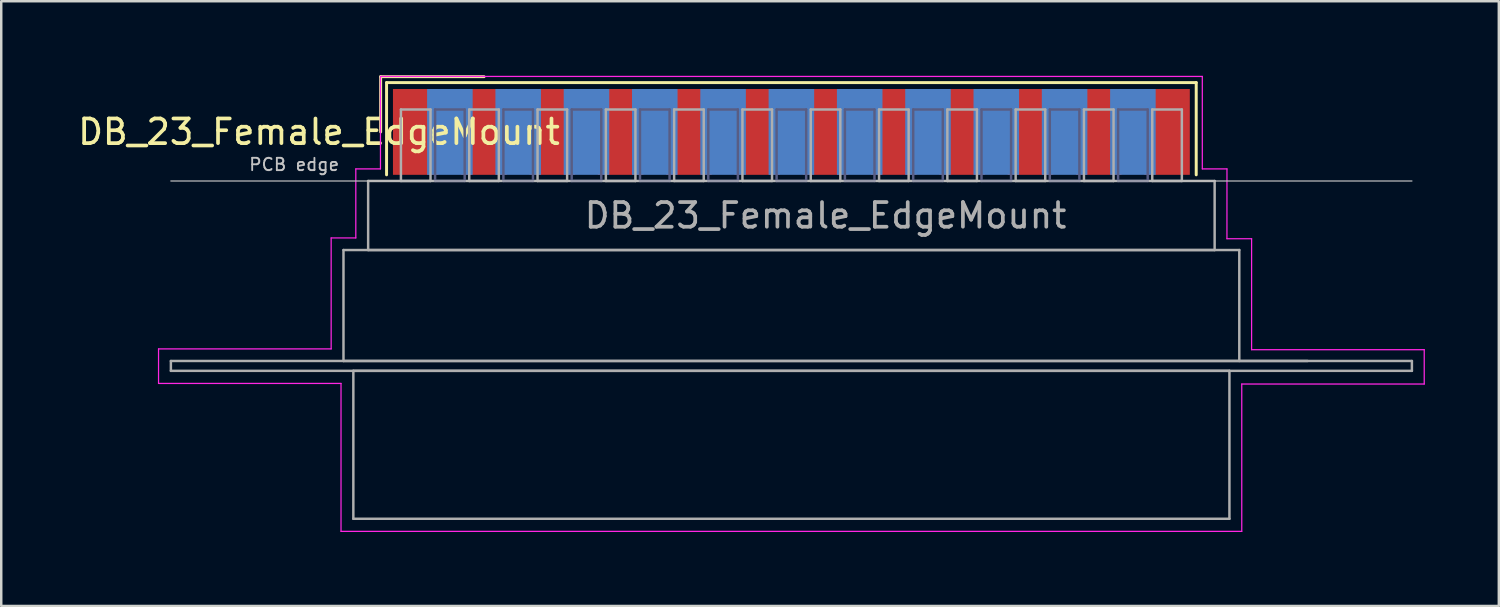
<source format=kicad_pcb>
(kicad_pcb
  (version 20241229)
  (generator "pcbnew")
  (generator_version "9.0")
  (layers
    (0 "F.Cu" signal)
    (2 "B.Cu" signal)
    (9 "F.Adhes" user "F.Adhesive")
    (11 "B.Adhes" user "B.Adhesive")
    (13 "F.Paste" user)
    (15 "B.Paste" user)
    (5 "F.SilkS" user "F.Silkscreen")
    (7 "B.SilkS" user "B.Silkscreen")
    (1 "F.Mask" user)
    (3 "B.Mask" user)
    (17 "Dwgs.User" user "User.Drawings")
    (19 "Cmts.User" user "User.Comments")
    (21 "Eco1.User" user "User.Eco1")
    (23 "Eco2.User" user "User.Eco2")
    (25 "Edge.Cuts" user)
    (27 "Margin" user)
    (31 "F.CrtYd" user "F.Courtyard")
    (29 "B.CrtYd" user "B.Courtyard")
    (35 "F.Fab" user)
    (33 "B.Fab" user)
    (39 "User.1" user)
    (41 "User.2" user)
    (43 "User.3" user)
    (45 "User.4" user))
  (footprint "DB_23_Female_EdgeMount"
    (layer "F.Cu")
    (at 29.045 2.3)
    (property "Reference" "DB_23_Female_EdgeMount" (at -19.158 0 0) (layer "F.SilkS") (effects (font (size 1 1) (thickness 0.15))))
    (attr smd)
    (fp_line (start -16.658 -2.24) (end -12.465 -2.24) (stroke (width 0.12) (type solid)) (layer "F.SilkS"))
    (fp_line (start -16.658 0) (end -16.658 -2.24) (stroke (width 0.12) (type solid)) (layer "F.SilkS"))
    (fp_line (start -16.418 -2) (end -16.418 1.74) (stroke (width 0.12) (type solid)) (layer "F.SilkS"))
    (fp_line (start 16.418 -2) (end -16.418 -2) (stroke (width 0.12) (type solid)) (layer "F.SilkS"))
    (fp_line (start 16.418 1.74) (end 16.418 -2) (stroke (width 0.12) (type solid)) (layer "F.SilkS"))
    (fp_line (start -25.165 1.99) (end 25.165 1.99) (stroke (width 0.05) (type solid)) (layer "Dwgs.User"))
    (fp_line (start -25.665 8.8) (end -18.665 8.8) (stroke (width 0.05) (type solid)) (layer "F.CrtYd"))
    (fp_line (start -25.665 10.2) (end -25.665 8.8) (stroke (width 0.05) (type solid)) (layer "F.CrtYd"))
    (fp_line (start -18.665 4.3) (end -17.665 4.3) (stroke (width 0.05) (type solid)) (layer "F.CrtYd"))
    (fp_line (start -18.665 8.8) (end -18.665 4.3) (stroke (width 0.05) (type solid)) (layer "F.CrtYd"))
    (fp_line (start -18.265 10.2) (end -25.665 10.2) (stroke (width 0.05) (type solid)) (layer "F.CrtYd"))
    (fp_line (start -18.265 16.2) (end -18.265 10.2) (stroke (width 0.05) (type solid)) (layer "F.CrtYd"))
    (fp_line (start -17.665 1.5) (end -16.665 1.5) (stroke (width 0.05) (type solid)) (layer "F.CrtYd"))
    (fp_line (start -17.665 4.3) (end -17.665 1.5) (stroke (width 0.05) (type solid)) (layer "F.CrtYd"))
    (fp_line (start -16.665 -2.25) (end 16.665 -2.25) (stroke (width 0.05) (type solid)) (layer "F.CrtYd"))
    (fp_line (start -16.665 1.5) (end -16.665 -2.25) (stroke (width 0.05) (type solid)) (layer "F.CrtYd"))
    (fp_line (start 16.665 -2.25) (end 16.665 1.5) (stroke (width 0.05) (type solid)) (layer "F.CrtYd"))
    (fp_line (start 16.665 1.5) (end 17.665 1.5) (stroke (width 0.05) (type solid)) (layer "F.CrtYd"))
    (fp_line (start 17.664 4.332) (end 18.664 4.332) (stroke (width 0.05) (type solid)) (layer "F.CrtYd"))
    (fp_line (start 17.665 1.5) (end 17.664 4.332) (stroke (width 0.05) (type solid)) (layer "F.CrtYd"))
    (fp_line (start 18.265 10.225) (end 18.265 16.2) (stroke (width 0.05) (type solid)) (layer "F.CrtYd"))
    (fp_line (start 18.265 16.2) (end -18.265 16.2) (stroke (width 0.05) (type solid)) (layer "F.CrtYd"))
    (fp_line (start 18.664 4.332) (end 18.664 8.832) (stroke (width 0.05) (type solid)) (layer "F.CrtYd"))
    (fp_line (start 18.664 8.832) (end 25.664 8.832) (stroke (width 0.05) (type solid)) (layer "F.CrtYd"))
    (fp_line (start 25.665 8.832) (end 25.665 10.225) (stroke (width 0.05) (type solid)) (layer "F.CrtYd"))
    (fp_line (start 25.665 10.225) (end 18.265 10.225) (stroke (width 0.05) (type solid)) (layer "F.CrtYd"))
    (fp_line (start -14.45 -0.91) (end -14.45 1.99) (stroke (width 0.1) (type solid)) (layer "B.Fab"))
    (fp_line (start -14.45 1.99) (end -13.25 1.99) (stroke (width 0.1) (type solid)) (layer "B.Fab"))
    (fp_line (start -13.25 -0.91) (end -14.45 -0.91) (stroke (width 0.1) (type solid)) (layer "B.Fab"))
    (fp_line (start -13.25 1.99) (end -13.25 -0.91) (stroke (width 0.1) (type solid)) (layer "B.Fab"))
    (fp_line (start -11.68 -0.91) (end -11.68 1.99) (stroke (width 0.1) (type solid)) (layer "B.Fab"))
    (fp_line (start -11.68 1.99) (end -10.48 1.99) (stroke (width 0.1) (type solid)) (layer "B.Fab"))
    (fp_line (start -10.48 -0.91) (end -11.68 -0.91) (stroke (width 0.1) (type solid)) (layer "B.Fab"))
    (fp_line (start -10.48 1.99) (end -10.48 -0.91) (stroke (width 0.1) (type solid)) (layer "B.Fab"))
    (fp_line (start -8.91 -0.91) (end -8.91 1.99) (stroke (width 0.1) (type solid)) (layer "B.Fab"))
    (fp_line (start -8.91 1.99) (end -7.71 1.99) (stroke (width 0.1) (type solid)) (layer "B.Fab"))
    (fp_line (start -7.71 -0.91) (end -8.91 -0.91) (stroke (width 0.1) (type solid)) (layer "B.Fab"))
    (fp_line (start -7.71 1.99) (end -7.71 -0.91) (stroke (width 0.1) (type solid)) (layer "B.Fab"))
    (fp_line (start -6.14 -0.91) (end -6.14 1.99) (stroke (width 0.1) (type solid)) (layer "B.Fab"))
    (fp_line (start -6.14 1.99) (end -4.94 1.99) (stroke (width 0.1) (type solid)) (layer "B.Fab"))
    (fp_line (start -4.94 -0.91) (end -6.14 -0.91) (stroke (width 0.1) (type solid)) (layer "B.Fab"))
    (fp_line (start -4.94 1.99) (end -4.94 -0.91) (stroke (width 0.1) (type solid)) (layer "B.Fab"))
    (fp_line (start -3.37 -0.91) (end -3.37 1.99) (stroke (width 0.1) (type solid)) (layer "B.Fab"))
    (fp_line (start -3.37 1.99) (end -2.17 1.99) (stroke (width 0.1) (type solid)) (layer "B.Fab"))
    (fp_line (start -2.17 -0.91) (end -3.37 -0.91) (stroke (width 0.1) (type solid)) (layer "B.Fab"))
    (fp_line (start -2.17 1.99) (end -2.17 -0.91) (stroke (width 0.1) (type solid)) (layer "B.Fab"))
    (fp_line (start -0.6 -0.91) (end -0.6 1.99) (stroke (width 0.1) (type solid)) (layer "B.Fab"))
    (fp_line (start -0.6 1.99) (end 0.6 1.99) (stroke (width 0.1) (type solid)) (layer "B.Fab"))
    (fp_line (start 0.6 -0.91) (end -0.6 -0.91) (stroke (width 0.1) (type solid)) (layer "B.Fab"))
    (fp_line (start 0.6 1.99) (end 0.6 -0.91) (stroke (width 0.1) (type solid)) (layer "B.Fab"))
    (fp_line (start 2.17 -0.91) (end 2.17 1.99) (stroke (width 0.1) (type solid)) (layer "B.Fab"))
    (fp_line (start 2.17 1.99) (end 3.37 1.99) (stroke (width 0.1) (type solid)) (layer "B.Fab"))
    (fp_line (start 3.37 -0.91) (end 2.17 -0.91) (stroke (width 0.1) (type solid)) (layer "B.Fab"))
    (fp_line (start 3.37 1.99) (end 3.37 -0.91) (stroke (width 0.1) (type solid)) (layer "B.Fab"))
    (fp_line (start 4.94 -0.91) (end 4.94 1.99) (stroke (width 0.1) (type solid)) (layer "B.Fab"))
    (fp_line (start 4.94 1.99) (end 6.14 1.99) (stroke (width 0.1) (type solid)) (layer "B.Fab"))
    (fp_line (start 6.14 -0.91) (end 4.94 -0.91) (stroke (width 0.1) (type solid)) (layer "B.Fab"))
    (fp_line (start 6.14 1.99) (end 6.14 -0.91) (stroke (width 0.1) (type solid)) (layer "B.Fab"))
    (fp_line (start 7.71 -0.91) (end 7.71 1.99) (stroke (width 0.1) (type solid)) (layer "B.Fab"))
    (fp_line (start 7.71 1.99) (end 8.91 1.99) (stroke (width 0.1) (type solid)) (layer "B.Fab"))
    (fp_line (start 8.91 -0.91) (end 7.71 -0.91) (stroke (width 0.1) (type solid)) (layer "B.Fab"))
    (fp_line (start 8.91 1.99) (end 8.91 -0.91) (stroke (width 0.1) (type solid)) (layer "B.Fab"))
    (fp_line (start 10.48 -0.91) (end 10.48 1.99) (stroke (width 0.1) (type solid)) (layer "B.Fab"))
    (fp_line (start 10.48 1.99) (end 11.68 1.99) (stroke (width 0.1) (type solid)) (layer "B.Fab"))
    (fp_line (start 11.68 -0.91) (end 10.48 -0.91) (stroke (width 0.1) (type solid)) (layer "B.Fab"))
    (fp_line (start 11.68 1.99) (end 11.68 -0.91) (stroke (width 0.1) (type solid)) (layer "B.Fab"))
    (fp_line (start 13.25 -0.91) (end 13.25 1.99) (stroke (width 0.1) (type solid)) (layer "B.Fab"))
    (fp_line (start 13.25 1.99) (end 14.45 1.99) (stroke (width 0.1) (type solid)) (layer "B.Fab"))
    (fp_line (start 14.45 -0.91) (end 13.25 -0.91) (stroke (width 0.1) (type solid)) (layer "B.Fab"))
    (fp_line (start 14.45 1.99) (end 14.45 -0.91) (stroke (width 0.1) (type solid)) (layer "B.Fab"))
    (fp_line (start -25.165 9.29) (end -25.165 9.69) (stroke (width 0.1) (type solid)) (layer "F.Fab"))
    (fp_line (start -25.165 9.69) (end 25.165 9.69) (stroke (width 0.1) (type solid)) (layer "F.Fab"))
    (fp_line (start -18.165 4.79) (end -18.165 9.29) (stroke (width 0.1) (type solid)) (layer "F.Fab"))
    (fp_line (start -18.165 9.29) (end 20.935 9.29) (stroke (width 0.1) (type solid)) (layer "F.Fab"))
    (fp_line (start -17.765 9.69) (end -17.765 15.69) (stroke (width 0.1) (type solid)) (layer "F.Fab"))
    (fp_line (start -17.765 15.69) (end 17.765 15.69) (stroke (width 0.1) (type solid)) (layer "F.Fab"))
    (fp_line (start -17.165 1.99) (end -17.165 4.79) (stroke (width 0.1) (type solid)) (layer "F.Fab"))
    (fp_line (start -17.165 4.79) (end 17.165 4.79) (stroke (width 0.1) (type solid)) (layer "F.Fab"))
    (fp_line (start -15.835 -0.91) (end -15.835 1.99) (stroke (width 0.1) (type solid)) (layer "F.Fab"))
    (fp_line (start -15.835 1.99) (end -14.635 1.99) (stroke (width 0.1) (type solid)) (layer "F.Fab"))
    (fp_line (start -14.635 -0.91) (end -15.835 -0.91) (stroke (width 0.1) (type solid)) (layer "F.Fab"))
    (fp_line (start -14.635 1.99) (end -14.635 -0.91) (stroke (width 0.1) (type solid)) (layer "F.Fab"))
    (fp_line (start -13.065 -0.91) (end -13.065 1.99) (stroke (width 0.1) (type solid)) (layer "F.Fab"))
    (fp_line (start -13.065 1.99) (end -11.865 1.99) (stroke (width 0.1) (type solid)) (layer "F.Fab"))
    (fp_line (start -11.865 -0.91) (end -13.065 -0.91) (stroke (width 0.1) (type solid)) (layer "F.Fab"))
    (fp_line (start -11.865 1.99) (end -11.865 -0.91) (stroke (width 0.1) (type solid)) (layer "F.Fab"))
    (fp_line (start -10.295 -0.91) (end -10.295 1.99) (stroke (width 0.1) (type solid)) (layer "F.Fab"))
    (fp_line (start -10.295 1.99) (end -9.095 1.99) (stroke (width 0.1) (type solid)) (layer "F.Fab"))
    (fp_line (start -9.095 -0.91) (end -10.295 -0.91) (stroke (width 0.1) (type solid)) (layer "F.Fab"))
    (fp_line (start -9.095 1.99) (end -9.095 -0.91) (stroke (width 0.1) (type solid)) (layer "F.Fab"))
    (fp_line (start -7.525 -0.91) (end -7.525 1.99) (stroke (width 0.1) (type solid)) (layer "F.Fab"))
    (fp_line (start -7.525 1.99) (end -6.325 1.99) (stroke (width 0.1) (type solid)) (layer "F.Fab"))
    (fp_line (start -6.325 -0.91) (end -7.525 -0.91) (stroke (width 0.1) (type solid)) (layer "F.Fab"))
    (fp_line (start -6.325 1.99) (end -6.325 -0.91) (stroke (width 0.1) (type solid)) (layer "F.Fab"))
    (fp_line (start -4.755 -0.91) (end -4.755 1.99) (stroke (width 0.1) (type solid)) (layer "F.Fab"))
    (fp_line (start -4.755 1.99) (end -3.555 1.99) (stroke (width 0.1) (type solid)) (layer "F.Fab"))
    (fp_line (start -3.555 -0.91) (end -4.755 -0.91) (stroke (width 0.1) (type solid)) (layer "F.Fab"))
    (fp_line (start -3.555 1.99) (end -3.555 -0.91) (stroke (width 0.1) (type solid)) (layer "F.Fab"))
    (fp_line (start -1.985 -0.91) (end -1.985 1.99) (stroke (width 0.1) (type solid)) (layer "F.Fab"))
    (fp_line (start -1.985 1.99) (end -0.785 1.99) (stroke (width 0.1) (type solid)) (layer "F.Fab"))
    (fp_line (start -0.785 -0.91) (end -1.985 -0.91) (stroke (width 0.1) (type solid)) (layer "F.Fab"))
    (fp_line (start -0.785 1.99) (end -0.785 -0.91) (stroke (width 0.1) (type solid)) (layer "F.Fab"))
    (fp_line (start 0.785 -0.91) (end 0.785 1.99) (stroke (width 0.1) (type solid)) (layer "F.Fab"))
    (fp_line (start 0.785 1.99) (end 1.985 1.99) (stroke (width 0.1) (type solid)) (layer "F.Fab"))
    (fp_line (start 1.985 -0.91) (end 0.785 -0.91) (stroke (width 0.1) (type solid)) (layer "F.Fab"))
    (fp_line (start 1.985 1.99) (end 1.985 -0.91) (stroke (width 0.1) (type solid)) (layer "F.Fab"))
    (fp_line (start 3.555 -0.91) (end 3.555 1.99) (stroke (width 0.1) (type solid)) (layer "F.Fab"))
    (fp_line (start 3.555 1.99) (end 4.755 1.99) (stroke (width 0.1) (type solid)) (layer "F.Fab"))
    (fp_line (start 4.755 -0.91) (end 3.555 -0.91) (stroke (width 0.1) (type solid)) (layer "F.Fab"))
    (fp_line (start 4.755 1.99) (end 4.755 -0.91) (stroke (width 0.1) (type solid)) (layer "F.Fab"))
    (fp_line (start 6.325 -0.91) (end 6.325 1.99) (stroke (width 0.1) (type solid)) (layer "F.Fab"))
    (fp_line (start 6.325 1.99) (end 7.525 1.99) (stroke (width 0.1) (type solid)) (layer "F.Fab"))
    (fp_line (start 7.525 -0.91) (end 6.325 -0.91) (stroke (width 0.1) (type solid)) (layer "F.Fab"))
    (fp_line (start 7.525 1.99) (end 7.525 -0.91) (stroke (width 0.1) (type solid)) (layer "F.Fab"))
    (fp_line (start 9.095 -0.91) (end 9.095 1.99) (stroke (width 0.1) (type solid)) (layer "F.Fab"))
    (fp_line (start 9.095 1.99) (end 10.295 1.99) (stroke (width 0.1) (type solid)) (layer "F.Fab"))
    (fp_line (start 10.295 -0.91) (end 9.095 -0.91) (stroke (width 0.1) (type solid)) (layer "F.Fab"))
    (fp_line (start 10.295 1.99) (end 10.295 -0.91) (stroke (width 0.1) (type solid)) (layer "F.Fab"))
    (fp_line (start 11.865 -0.91) (end 11.865 1.99) (stroke (width 0.1) (type solid)) (layer "F.Fab"))
    (fp_line (start 11.865 1.99) (end 13.065 1.99) (stroke (width 0.1) (type solid)) (layer "F.Fab"))
    (fp_line (start 13.065 -0.91) (end 11.865 -0.91) (stroke (width 0.1) (type solid)) (layer "F.Fab"))
    (fp_line (start 13.065 1.99) (end 13.065 -0.91) (stroke (width 0.1) (type solid)) (layer "F.Fab"))
    (fp_line (start 14.635 -0.91) (end 14.635 1.99) (stroke (width 0.1) (type solid)) (layer "F.Fab"))
    (fp_line (start 14.635 1.99) (end 15.835 1.99) (stroke (width 0.1) (type solid)) (layer "F.Fab"))
    (fp_line (start 15.835 -0.91) (end 14.635 -0.91) (stroke (width 0.1) (type solid)) (layer "F.Fab"))
    (fp_line (start 15.835 1.99) (end 15.835 -0.91) (stroke (width 0.1) (type solid)) (layer "F.Fab"))
    (fp_line (start 17.165 1.99) (end -17.165 1.99) (stroke (width 0.1) (type solid)) (layer "F.Fab"))
    (fp_line (start 17.165 4.79) (end 17.165 1.99) (stroke (width 0.1) (type solid)) (layer "F.Fab"))
    (fp_line (start 17.765 9.69) (end -17.765 9.69) (stroke (width 0.1) (type solid)) (layer "F.Fab"))
    (fp_line (start 17.765 15.69) (end 17.765 9.69) (stroke (width 0.1) (type solid)) (layer "F.Fab"))
    (fp_line (start 18.165 4.79) (end -18.165 4.79) (stroke (width 0.1) (type solid)) (layer "F.Fab"))
    (fp_line (start 18.165 9.29) (end 18.165 4.79) (stroke (width 0.1) (type solid)) (layer "F.Fab"))
    (fp_line (start 25.165 9.29) (end -25.165 9.29) (stroke (width 0.1) (type solid)) (layer "F.Fab"))
    (fp_line (start 25.165 9.69) (end 25.165 9.29) (stroke (width 0.1) (type solid)) (layer "F.Fab"))
    (fp_text user "PCB edge" (at -20.165 1.323 0) (layer "Dwgs.User") (effects (font (size 0.5 0.5) (thickness 0.075))))
    (fp_text user "${REFERENCE}" (at 1.385 3.39 0) (layer "F.Fab") (effects (font (size 1 1) (thickness 0.15))))
    (pad "1" smd rect (at 15.235 0) (size 1.847 3.48) (layers "F.Cu" "F.Mask" "F.Paste"))
    (pad "2" smd rect (at 12.465 0) (size 1.847 3.48) (layers "F.Cu" "F.Mask" "F.Paste"))
    (pad "3" smd rect (at 9.695 0) (size 1.847 3.48) (layers "F.Cu" "F.Mask" "F.Paste"))
    (pad "4" smd rect (at 6.925 0) (size 1.847 3.48) (layers "F.Cu" "F.Mask" "F.Paste"))
    (pad "5" smd rect (at 4.155 0) (size 1.847 3.48) (layers "F.Cu" "F.Mask" "F.Paste"))
    (pad "6" smd rect (at 1.385 0) (size 1.847 3.48) (layers "F.Cu" "F.Mask" "F.Paste"))
    (pad "7" smd rect (at -1.385 0) (size 1.847 3.48) (layers "F.Cu" "F.Mask" "F.Paste"))
    (pad "8" smd rect (at -4.155 0) (size 1.847 3.48) (layers "F.Cu" "F.Mask" "F.Paste"))
    (pad "9" smd rect (at -6.925 0) (size 1.847 3.48) (layers "F.Cu" "F.Mask" "F.Paste"))
    (pad "10" smd rect (at -9.695 0) (size 1.847 3.48) (layers "F.Cu" "F.Mask" "F.Paste"))
    (pad "11" smd rect (at -12.465 0) (size 1.847 3.48) (layers "F.Cu" "F.Mask" "F.Paste"))
    (pad "12" smd rect (at -15.235 0) (size 1.847 3.48) (layers "F.Cu" "F.Mask" "F.Paste"))
    (pad "13" smd rect (at 13.85 0) (size 1.847 3.48) (layers "B.Cu" "B.Mask" "B.Paste"))
    (pad "14" smd rect (at 11.08 0) (size 1.847 3.48) (layers "B.Cu" "B.Mask" "B.Paste"))
    (pad "15" smd rect (at 8.31 0) (size 1.847 3.48) (layers "B.Cu" "B.Mask" "B.Paste"))
    (pad "16" smd rect (at 5.54 0) (size 1.847 3.48) (layers "B.Cu" "B.Mask" "B.Paste"))
    (pad "17" smd rect (at 2.77 0) (size 1.847 3.48) (layers "B.Cu" "B.Mask" "B.Paste"))
    (pad "18" smd rect (at 0 0) (size 1.847 3.48) (layers "B.Cu" "B.Mask" "B.Paste"))
    (pad "19" smd rect (at -2.77 0) (size 1.847 3.48) (layers "B.Cu" "B.Mask" "B.Paste"))
    (pad "20" smd rect (at -5.54 0) (size 1.847 3.48) (layers "B.Cu" "B.Mask" "B.Paste"))
    (pad "21" smd rect (at -8.31 0) (size 1.847 3.48) (layers "B.Cu" "B.Mask" "B.Paste"))
    (pad "22" smd rect (at -11.08 0) (size 1.847 3.48) (layers "B.Cu" "B.Mask" "B.Paste"))
    (pad "23" smd rect (at -13.85 0) (size 1.847 3.48) (layers "B.Cu" "B.Mask" "B.Paste")))
  (gr_rect
    (start -3 -3)
    (end 57.735 21.525)
    (stroke (width 0.1) (type default))
    (fill no)
    (layer "Edge.Cuts")))
</source>
